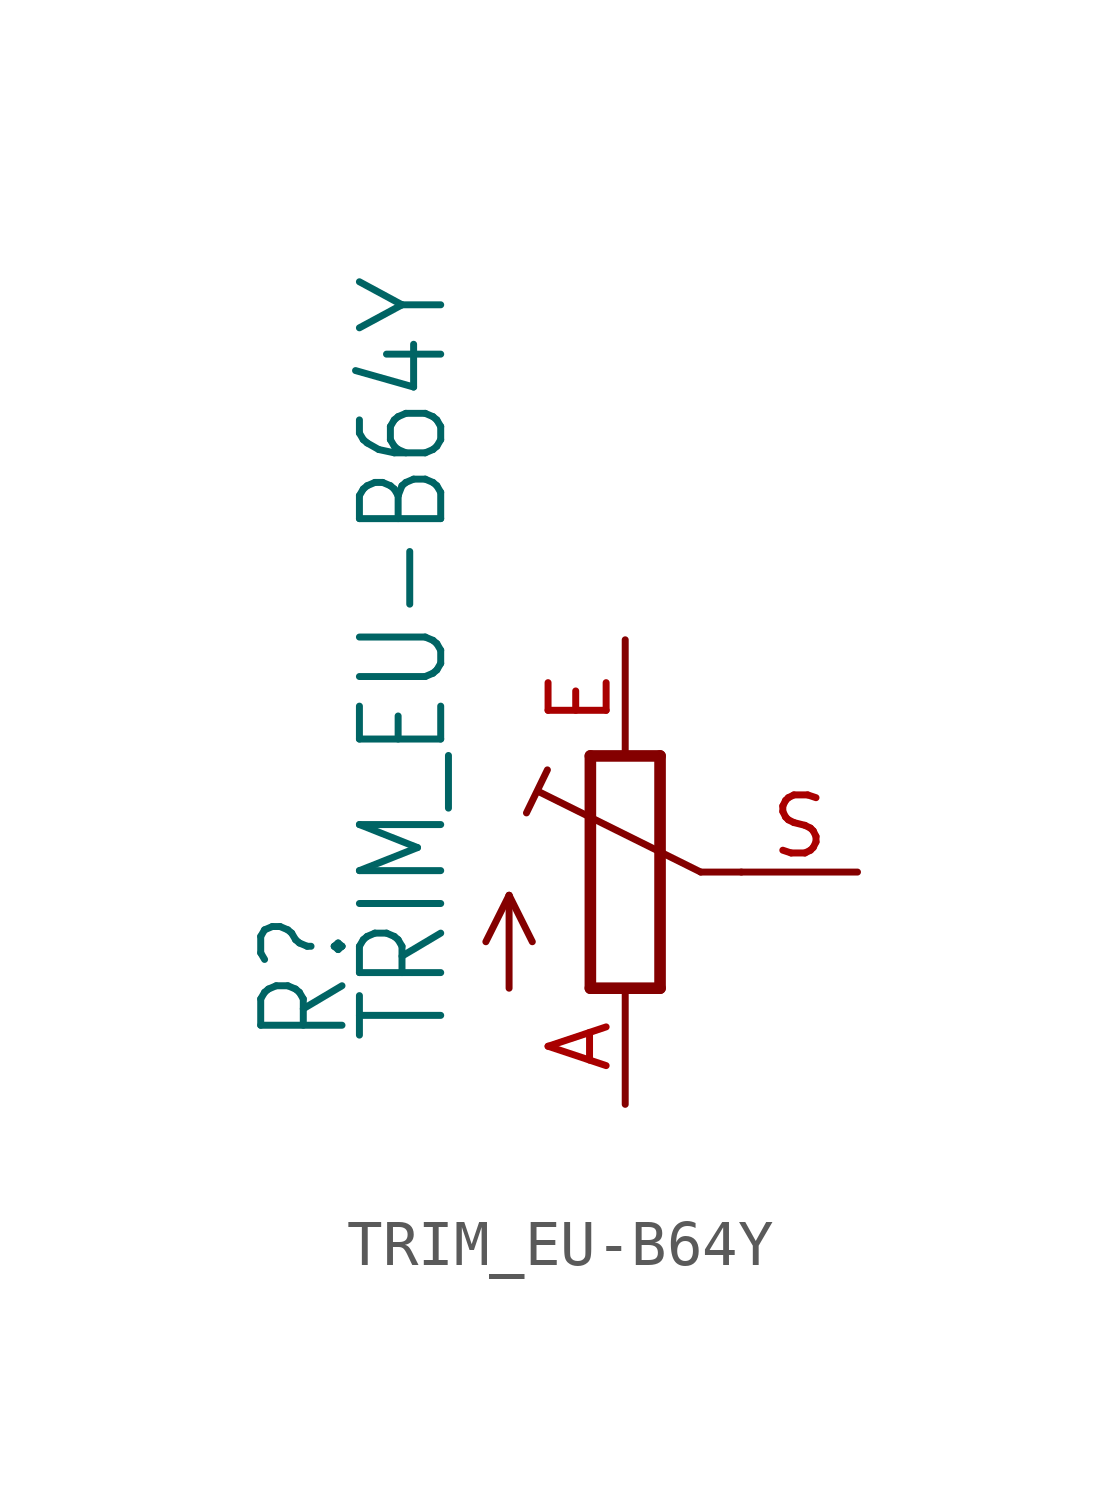
<source format=kicad_sym>
(kicad_symbol_lib
  (version 20211014)
  (generator kicad_symbol_editor)
  (symbol "TRIM_EU-B64Y"
    (property "Reference" "R"
      (at -5.969 -3.81 90)
      (effects (font (size 1.778 1.511)) (justify left bottom)))
    (property "Value" "TRIM_EU-B64Y"
      (at -3.81 -3.81 90)
      (effects (font (size 1.778 1.511)) (justify left bottom)))
    (property "ki_locked" ""
      (at 0 0 0)
      (effects (font (size 1.27 1.27))))
    (symbol "TRIM_EU-B64Y_1_0"
      (polyline (pts (xy -2.54 -2.54) (xy -2.54 -0.508)) (stroke (width 0.152) (type default) (color 0 0 0 0)) (fill (type none)))
      (polyline (pts (xy -2.54 -0.508) (xy -3.048 -1.524)) (stroke (width 0.152) (type default) (color 0 0 0 0)) (fill (type none)))
      (polyline (pts (xy -2.54 -0.508) (xy -2.032 -1.524)) (stroke (width 0.152) (type default) (color 0 0 0 0)) (fill (type none)))
      (polyline (pts (xy -2.16 1.294) (xy -1.702 2.235)) (stroke (width 0.152) (type default) (color 0 0 0 0)) (fill (type none)))
      (polyline (pts (xy -0.762 -2.54) (xy 0.762 -2.54)) (stroke (width 0.254) (type default) (color 0 0 0 0)) (fill (type none)))
      (polyline (pts (xy -0.762 2.54) (xy -0.762 -2.54)) (stroke (width 0.254) (type default) (color 0 0 0 0)) (fill (type none)))
      (polyline (pts (xy 0.762 -2.54) (xy 0.762 2.54)) (stroke (width 0.254) (type default) (color 0 0 0 0)) (fill (type none)))
      (polyline (pts (xy 0.762 2.54) (xy -0.762 2.54)) (stroke (width 0.254) (type default) (color 0 0 0 0)) (fill (type none)))
      (polyline (pts (xy 1.651 0) (xy -1.88 1.753)) (stroke (width 0.152) (type default) (color 0 0 0 0)) (fill (type none)))
      (polyline (pts (xy 2.54 0) (xy 1.651 0)) (stroke (width 0.152) (type default) (color 0 0 0 0)) (fill (type none)))
      (pin passive line (at 0 -5.08 90) (length 2.54) (name "A" (effects (font (size 0 0)))) (number "A" (effects (font (size 1.27 1.27)))))
      (pin passive line (at 0 5.08 270) (length 2.54) (name "E" (effects (font (size 0 0)))) (number "E" (effects (font (size 1.27 1.27)))))
      (pin passive line (at 5.08 0 180) (length 2.54) (name "S" (effects (font (size 0 0)))) (number "S" (effects (font (size 1.27 1.27))))))))
</source>
